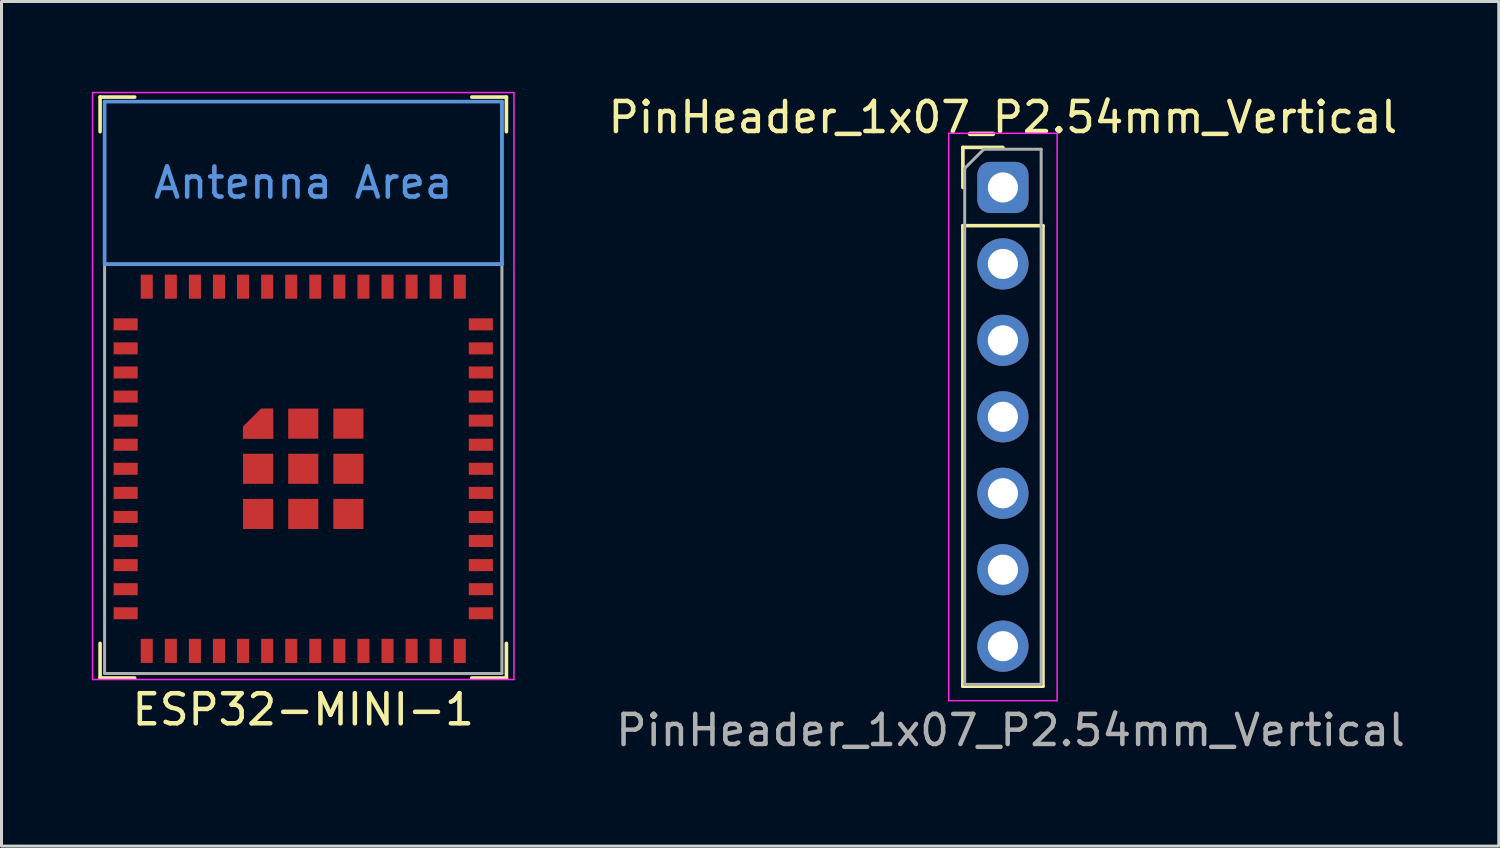
<source format=kicad_pcb>
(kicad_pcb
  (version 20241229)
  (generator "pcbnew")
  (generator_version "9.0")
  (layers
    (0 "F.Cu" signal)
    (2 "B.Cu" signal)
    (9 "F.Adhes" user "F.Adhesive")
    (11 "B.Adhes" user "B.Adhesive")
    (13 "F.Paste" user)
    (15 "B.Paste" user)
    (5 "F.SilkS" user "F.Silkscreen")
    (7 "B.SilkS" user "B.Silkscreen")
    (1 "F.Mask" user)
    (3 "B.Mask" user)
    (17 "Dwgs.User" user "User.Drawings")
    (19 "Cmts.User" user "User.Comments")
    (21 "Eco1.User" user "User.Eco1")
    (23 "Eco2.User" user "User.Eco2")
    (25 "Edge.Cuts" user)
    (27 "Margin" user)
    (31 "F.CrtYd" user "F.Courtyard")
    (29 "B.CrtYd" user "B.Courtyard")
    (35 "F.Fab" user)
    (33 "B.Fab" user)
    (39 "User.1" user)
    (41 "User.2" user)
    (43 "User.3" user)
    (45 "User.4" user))
  (footprint "PinHeader_1x07_P2.54mm_Vertical"
    (layer "F.Cu")
    (at 30.27 10.798)
    (property "Reference" "PinHeader_1x07_P2.54mm_Vertical" (at 0 -9.95 0) (layer "F.SilkS") (effects (font (size 1 1) (thickness 0.15))))
    (attr through_hole)
    (fp_line (start -1.33 -8.95) (end 0 -8.95) (stroke (width 0.12) (type solid)) (layer "F.SilkS"))
    (fp_line (start -1.33 -7.62) (end -1.33 -8.95) (stroke (width 0.12) (type solid)) (layer "F.SilkS"))
    (fp_line (start -1.33 -6.35) (end -1.33 8.95) (stroke (width 0.12) (type solid)) (layer "F.SilkS"))
    (fp_line (start -1.33 -6.35) (end 1.33 -6.35) (stroke (width 0.12) (type solid)) (layer "F.SilkS"))
    (fp_line (start -1.33 8.95) (end 1.33 8.95) (stroke (width 0.12) (type solid)) (layer "F.SilkS"))
    (fp_line (start 1.33 -6.35) (end 1.33 8.95) (stroke (width 0.12) (type solid)) (layer "F.SilkS"))
    (fp_line (start -1.8 -9.42) (end -1.8 9.43) (stroke (width 0.05) (type solid)) (layer "F.CrtYd"))
    (fp_line (start -1.8 9.43) (end 1.8 9.43) (stroke (width 0.05) (type solid)) (layer "F.CrtYd"))
    (fp_line (start 1.8 -9.42) (end -1.8 -9.42) (stroke (width 0.05) (type solid)) (layer "F.CrtYd"))
    (fp_line (start 1.8 9.43) (end 1.8 -9.42) (stroke (width 0.05) (type solid)) (layer "F.CrtYd"))
    (fp_line (start -1.27 -8.255) (end -0.635 -8.89) (stroke (width 0.1) (type solid)) (layer "F.Fab"))
    (fp_line (start -1.27 8.89) (end -1.27 -8.255) (stroke (width 0.1) (type solid)) (layer "F.Fab"))
    (fp_line (start -0.635 -8.89) (end 1.27 -8.89) (stroke (width 0.1) (type solid)) (layer "F.Fab"))
    (fp_line (start 1.27 -8.89) (end 1.27 8.89) (stroke (width 0.1) (type solid)) (layer "F.Fab"))
    (fp_line (start 1.27 8.89) (end -1.27 8.89) (stroke (width 0.1) (type solid)) (layer "F.Fab"))
    (fp_text user "${REFERENCE}" (at 0.254 10.414 180) (layer "F.Fab") (effects (font (size 1 1) (thickness 0.15))))
    (pad "1" thru_hole roundrect (at 0 -7.62) (size 1.7 1.7) (drill 1) (layers "*.Cu" "*.Mask") (roundrect_rratio 0.25))
    (pad "2" thru_hole oval (at 0 -5.08) (size 1.7 1.7) (drill 1) (layers "*.Cu" "*.Mask"))
    (pad "3" thru_hole oval (at 0 -2.54) (size 1.7 1.7) (drill 1) (layers "*.Cu" "*.Mask"))
    (pad "4" thru_hole oval (at 0 0) (size 1.7 1.7) (drill 1) (layers "*.Cu" "*.Mask"))
    (pad "5" thru_hole oval (at 0 2.54) (size 1.7 1.7) (drill 1) (layers "*.Cu" "*.Mask"))
    (pad "6" thru_hole oval (at 0 5.08) (size 1.7 1.7) (drill 1) (layers "*.Cu" "*.Mask"))
    (pad "7" thru_hole oval (at 0 7.62) (size 1.7 1.7) (drill 1) (layers "*.Cu" "*.Mask")))
  (footprint "ESP32-MINI-1"
    (layer "F.Cu")
    (at 7.025 12.525)
    (property "Reference" "ESP32-MINI-1" (at 0 8 0) (layer "F.SilkS") (effects (font (size 1 1) (thickness 0.15))))
    (attr smd)
    (fp_line (start -6.75 -12.35) (end -6.75 -11.2) (stroke (width 0.12) (type solid)) (layer "F.SilkS"))
    (fp_line (start -6.75 6.95) (end -6.75 5.8) (stroke (width 0.12) (type solid)) (layer "F.SilkS"))
    (fp_line (start -5.6 -12.35) (end -6.75 -12.35) (stroke (width 0.12) (type solid)) (layer "F.SilkS"))
    (fp_line (start -5.6 6.95) (end -6.75 6.95) (stroke (width 0.12) (type solid)) (layer "F.SilkS"))
    (fp_line (start 5.6 -12.35) (end 6.75 -12.35) (stroke (width 0.12) (type solid)) (layer "F.SilkS"))
    (fp_line (start 5.6 6.95) (end 6.75 6.95) (stroke (width 0.12) (type solid)) (layer "F.SilkS"))
    (fp_line (start 6.75 -12.35) (end 6.75 -11.2) (stroke (width 0.12) (type solid)) (layer "F.SilkS"))
    (fp_line (start 6.75 6.95) (end 6.75 5.8) (stroke (width 0.12) (type solid)) (layer "F.SilkS"))
    (fp_line (start -6.6 -12.2) (end 6.6 -12.2) (stroke (width 0.12) (type solid)) (layer "Cmts.User"))
    (fp_line (start -6.6 -6.8) (end -6.6 -12.2) (stroke (width 0.12) (type solid)) (layer "Cmts.User"))
    (fp_line (start 6.6 -12.2) (end 6.6 -6.8) (stroke (width 0.12) (type solid)) (layer "Cmts.User"))
    (fp_line (start 6.6 -6.8) (end -6.6 -6.8) (stroke (width 0.12) (type solid)) (layer "Cmts.User"))
    (fp_line (start -7 -12.5) (end 7 -12.5) (stroke (width 0.05) (type solid)) (layer "F.CrtYd"))
    (fp_line (start -7 7) (end -7 -12.5) (stroke (width 0.05) (type solid)) (layer "F.CrtYd"))
    (fp_line (start 7 -12.5) (end 7 7) (stroke (width 0.05) (type solid)) (layer "F.CrtYd"))
    (fp_line (start 7 7) (end -7 7) (stroke (width 0.05) (type solid)) (layer "F.CrtYd"))
    (fp_line (start -6.6 -12.2) (end -6.6 -6.8) (stroke (width 0.1) (type solid)) (layer "F.Fab"))
    (fp_line (start -6.6 -6.8) (end -6.6 6.8) (stroke (width 0.1) (type solid)) (layer "F.Fab"))
    (fp_line (start -6.6 6.8) (end 6.6 6.8) (stroke (width 0.1) (type solid)) (layer "F.Fab"))
    (fp_line (start 6.6 -12.2) (end -6.6 -12.2) (stroke (width 0.1) (type solid)) (layer "F.Fab"))
    (fp_line (start 6.6 -12.2) (end 6.6 -6.8) (stroke (width 0.1) (type solid)) (layer "F.Fab"))
    (fp_line (start 6.6 -6.8) (end -6.6 -6.8) (stroke (width 0.1) (type solid)) (layer "F.Fab"))
    (fp_line (start 6.6 6.8) (end 6.6 -6.8) (stroke (width 0.1) (type solid)) (layer "F.Fab"))
    (fp_text user "Antenna Area" (at 0 -9.5 0) (layer "Cmts.User") (effects (font (size 1 1) (thickness 0.15))))
    (pad "1" smd rect (at -5.9 -4.8 90) (size 0.4 0.8) (layers "F.Cu" "F.Mask" "F.Paste"))
    (pad "2" smd rect (at -5.9 -4 90) (size 0.4 0.8) (layers "F.Cu" "F.Mask" "F.Paste"))
    (pad "3" smd rect (at -5.9 -3.2 90) (size 0.4 0.8) (layers "F.Cu" "F.Mask" "F.Paste"))
    (pad "4" smd rect (at -5.9 -2.4 90) (size 0.4 0.8) (layers "F.Cu" "F.Mask" "F.Paste"))
    (pad "5" smd rect (at -5.9 -1.6 90) (size 0.4 0.8) (layers "F.Cu" "F.Mask" "F.Paste"))
    (pad "6" smd rect (at -5.9 -0.8 90) (size 0.4 0.8) (layers "F.Cu" "F.Mask" "F.Paste"))
    (pad "7" smd rect (at -5.9 0 90) (size 0.4 0.8) (layers "F.Cu" "F.Mask" "F.Paste"))
    (pad "8" smd rect (at -5.9 0.8 90) (size 0.4 0.8) (layers "F.Cu" "F.Mask" "F.Paste"))
    (pad "9" smd rect (at -5.9 1.6 90) (size 0.4 0.8) (layers "F.Cu" "F.Mask" "F.Paste"))
    (pad "10" smd rect (at -5.9 2.4 90) (size 0.4 0.8) (layers "F.Cu" "F.Mask" "F.Paste"))
    (pad "11" smd rect (at -5.9 3.2 90) (size 0.4 0.8) (layers "F.Cu" "F.Mask" "F.Paste"))
    (pad "12" smd rect (at -5.9 4 90) (size 0.4 0.8) (layers "F.Cu" "F.Mask" "F.Paste"))
    (pad "13" smd rect (at -5.9 4.8 90) (size 0.4 0.8) (layers "F.Cu" "F.Mask" "F.Paste"))
    (pad "14" smd rect (at -5.2 6.05) (size 0.4 0.8) (layers "F.Cu" "F.Mask" "F.Paste"))
    (pad "15" smd rect (at -4.4 6.05) (size 0.4 0.8) (layers "F.Cu" "F.Mask" "F.Paste"))
    (pad "16" smd rect (at -3.6 6.05) (size 0.4 0.8) (layers "F.Cu" "F.Mask" "F.Paste"))
    (pad "17" smd rect (at -2.8 6.05) (size 0.4 0.8) (layers "F.Cu" "F.Mask" "F.Paste"))
    (pad "18" smd rect (at -2 6.05) (size 0.4 0.8) (layers "F.Cu" "F.Mask" "F.Paste"))
    (pad "19" smd rect (at -1.2 6.05) (size 0.4 0.8) (layers "F.Cu" "F.Mask" "F.Paste"))
    (pad "20" smd rect (at -0.4 6.05) (size 0.4 0.8) (layers "F.Cu" "F.Mask" "F.Paste"))
    (pad "21" smd rect (at 0.4 6.05) (size 0.4 0.8) (layers "F.Cu" "F.Mask" "F.Paste"))
    (pad "22" smd rect (at 1.2 6.05) (size 0.4 0.8) (layers "F.Cu" "F.Mask" "F.Paste"))
    (pad "23" smd rect (at 2 6.05) (size 0.4 0.8) (layers "F.Cu" "F.Mask" "F.Paste"))
    (pad "24" smd rect (at 2.8 6.05) (size 0.4 0.8) (layers "F.Cu" "F.Mask" "F.Paste"))
    (pad "25" smd rect (at 3.6 6.05) (size 0.4 0.8) (layers "F.Cu" "F.Mask" "F.Paste"))
    (pad "26" smd rect (at 4.4 6.05) (size 0.4 0.8) (layers "F.Cu" "F.Mask" "F.Paste"))
    (pad "27" smd rect (at 5.2 6.05) (size 0.4 0.8) (layers "F.Cu" "F.Mask" "F.Paste"))
    (pad "28" smd rect (at 5.9 4.8 90) (size 0.4 0.8) (layers "F.Cu" "F.Mask" "F.Paste"))
    (pad "29" smd rect (at 5.9 4 90) (size 0.4 0.8) (layers "F.Cu" "F.Mask" "F.Paste"))
    (pad "30" smd rect (at 5.9 3.2 90) (size 0.4 0.8) (layers "F.Cu" "F.Mask" "F.Paste"))
    (pad "31" smd rect (at 5.9 2.4 90) (size 0.4 0.8) (layers "F.Cu" "F.Mask" "F.Paste"))
    (pad "32" smd rect (at 5.9 1.6 90) (size 0.4 0.8) (layers "F.Cu" "F.Mask" "F.Paste"))
    (pad "33" smd rect (at 5.9 0.8 90) (size 0.4 0.8) (layers "F.Cu" "F.Mask" "F.Paste"))
    (pad "34" smd rect (at 5.9 0 90) (size 0.4 0.8) (layers "F.Cu" "F.Mask" "F.Paste"))
    (pad "35" smd rect (at 5.9 -0.8 90) (size 0.4 0.8) (layers "F.Cu" "F.Mask" "F.Paste"))
    (pad "36" smd rect (at 5.9 -1.6 90) (size 0.4 0.8) (layers "F.Cu" "F.Mask" "F.Paste"))
    (pad "37" smd rect (at 5.9 -2.4 90) (size 0.4 0.8) (layers "F.Cu" "F.Mask" "F.Paste"))
    (pad "38" smd rect (at 5.9 -3.2 90) (size 0.4 0.8) (layers "F.Cu" "F.Mask" "F.Paste"))
    (pad "39" smd rect (at 5.9 -4 90) (size 0.4 0.8) (layers "F.Cu" "F.Mask" "F.Paste"))
    (pad "40" smd rect (at 5.9 -4.8 90) (size 0.4 0.8) (layers "F.Cu" "F.Mask" "F.Paste"))
    (pad "41" smd rect (at 5.2 -6.05 180) (size 0.4 0.8) (layers "F.Cu" "F.Mask" "F.Paste"))
    (pad "42" smd rect (at 4.4 -6.05 180) (size 0.4 0.8) (layers "F.Cu" "F.Mask" "F.Paste"))
    (pad "43" smd rect (at 3.6 -6.05) (size 0.4 0.8) (layers "F.Cu" "F.Mask" "F.Paste"))
    (pad "44" smd rect (at 2.8 -6.05) (size 0.4 0.8) (layers "F.Cu" "F.Mask" "F.Paste"))
    (pad "45" smd rect (at 2 -6.05) (size 0.4 0.8) (layers "F.Cu" "F.Mask" "F.Paste"))
    (pad "46" smd rect (at 1.2 -6.05) (size 0.4 0.8) (layers "F.Cu" "F.Mask" "F.Paste"))
    (pad "47" smd rect (at 0.4 -6.05) (size 0.4 0.8) (layers "F.Cu" "F.Mask" "F.Paste"))
    (pad "48" smd rect (at -0.4 -6.05) (size 0.4 0.8) (layers "F.Cu" "F.Mask" "F.Paste"))
    (pad "49" smd rect (at -1.2 -6.05) (size 0.4 0.8) (layers "F.Cu" "F.Mask" "F.Paste"))
    (pad "50" smd rect (at -2 -6.05) (size 0.4 0.8) (layers "F.Cu" "F.Mask" "F.Paste"))
    (pad "51" smd rect (at -2.8 -6.05) (size 0.4 0.8) (layers "F.Cu" "F.Mask" "F.Paste"))
    (pad "52" smd rect (at -3.6 -6.05) (size 0.4 0.8) (layers "F.Cu" "F.Mask" "F.Paste"))
    (pad "53" smd rect (at -4.4 -6.05) (size 0.4 0.8) (layers "F.Cu" "F.Mask" "F.Paste"))
    (pad "54" smd rect (at -5.2 -6.05) (size 0.4 0.8) (layers "F.Cu" "F.Mask" "F.Paste"))
    (pad "55" smd custom (at -1.5 -1.5) (size 0.3 0.3) (layers "F.Cu" "F.Mask" "F.Paste") (options (anchor rect)) (primitives (gr_poly (pts (xy 0.5 0.5) (xy -0.5 0.5) (xy -0.5 0.1) (xy 0.1 -0.5) (xy 0.5 -0.5)) (width 0.01) (fill yes))))
    (pad "55" smd rect (at -1.5 0) (size 1 1) (layers "F.Cu" "F.Mask" "F.Paste"))
    (pad "55" smd rect (at -1.5 1.5) (size 1 1) (layers "F.Cu" "F.Mask" "F.Paste"))
    (pad "55" smd rect (at 0 -1.5) (size 1 1) (layers "F.Cu" "F.Mask" "F.Paste"))
    (pad "55" smd rect (at 0 0) (size 1 1) (layers "F.Cu" "F.Mask" "F.Paste"))
    (pad "55" smd rect (at 0 1.5) (size 1 1) (layers "F.Cu" "F.Mask" "F.Paste"))
    (pad "55" smd rect (at 1.5 -1.5) (size 1 1) (layers "F.Cu" "F.Mask" "F.Paste"))
    (pad "55" smd rect (at 1.5 0) (size 1 1) (layers "F.Cu" "F.Mask" "F.Paste"))
    (pad "55" smd rect (at 1.5 1.5) (size 1 1) (layers "F.Cu" "F.Mask" "F.Paste")))
  (gr_rect
    (start -3 -3)
    (end 46.744 25.061)
    (stroke (width 0.1) (type default))
    (fill no)
    (layer "Edge.Cuts")))
</source>
